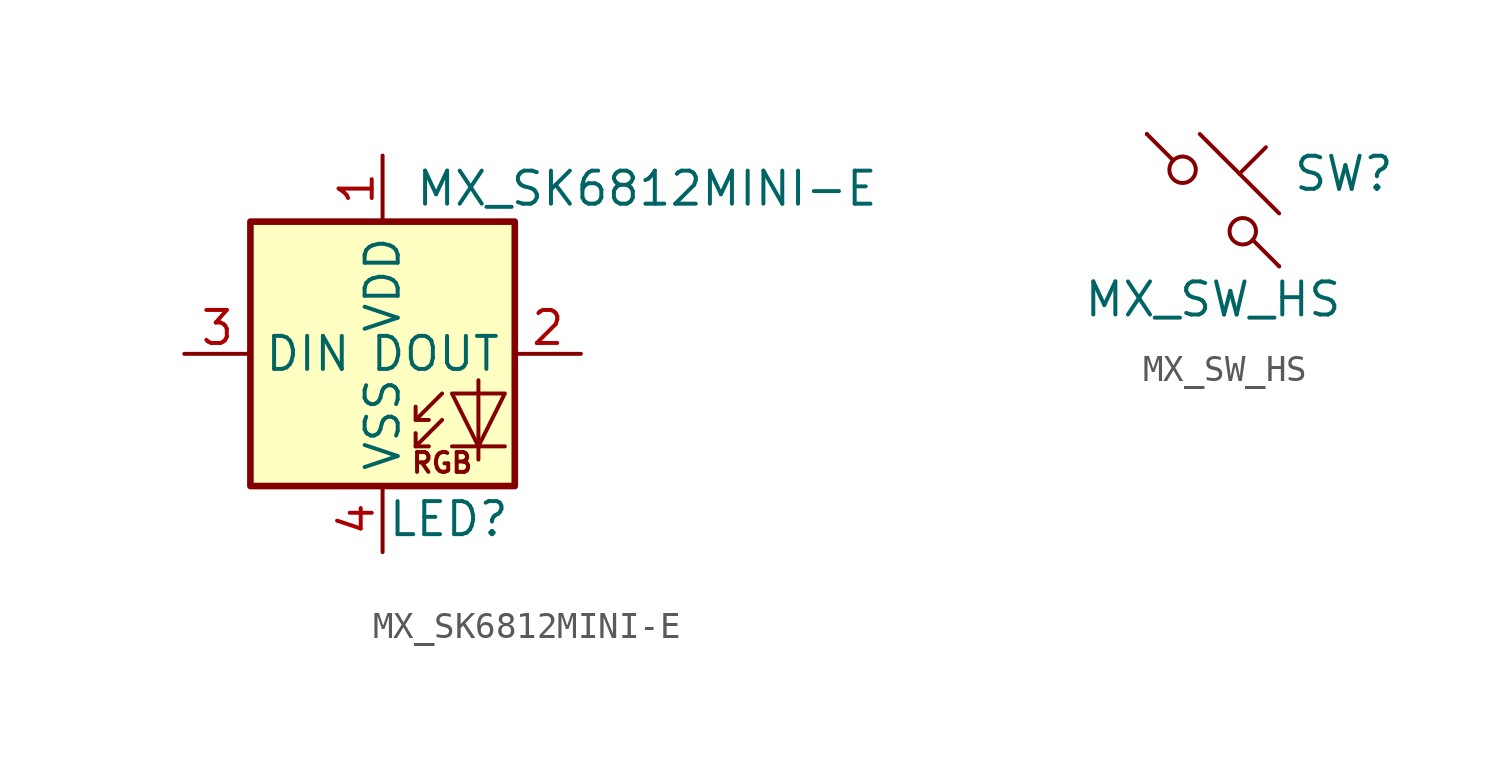
<source format=kicad_sym>
(kicad_symbol_lib
  (version 20211014)
  (generator kicad_symbol_editor)
  (symbol "MX_SK6812MINI-E"
    (property "Reference" "LED"
      (at 2.54 -6.35 0)
      (effects (font (size 1.27 1.27))))
    (property "Value" "MX_SK6812MINI-E"
      (at 10.16 6.35 0)
      (effects (font (size 1.27 1.27))))
    (symbol "MX_SK6812MINI-E_0_0"
      (text "RGB" (at 2.286 -4.191 0) (effects (font (size 0.762 0.762)))))
    (symbol "MX_SK6812MINI-E_0_1"
      (polyline (pts (xy 1.27 -3.556) (xy 1.778 -3.556)) (stroke (width 0) (type default) (color 0 0 0 0)) (fill (type none)))
      (polyline (pts (xy 1.27 -2.54) (xy 1.778 -2.54)) (stroke (width 0) (type default) (color 0 0 0 0)) (fill (type none)))
      (polyline (pts (xy 4.699 -3.556) (xy 2.667 -3.556)) (stroke (width 0) (type default) (color 0 0 0 0)) (fill (type none)))
      (polyline (pts (xy 2.286 -2.54) (xy 1.27 -3.556) (xy 1.27 -3.048)) (stroke (width 0) (type default) (color 0 0 0 0)) (fill (type none)))
      (polyline (pts (xy 2.286 -1.524) (xy 1.27 -2.54) (xy 1.27 -2.032)) (stroke (width 0) (type default) (color 0 0 0 0)) (fill (type none)))
      (polyline (pts (xy 3.683 -1.016) (xy 3.683 -3.556) (xy 3.683 -4.064)) (stroke (width 0) (type default) (color 0 0 0 0)) (fill (type none)))
      (polyline (pts (xy 4.699 -1.524) (xy 2.667 -1.524) (xy 3.683 -3.556) (xy 4.699 -1.524)) (stroke (width 0) (type default) (color 0 0 0 0)) (fill (type none)))
      (rectangle (start 5.08 5.08) (end -5.08 -5.08) (stroke (width 0.254) (type default) (color 0 0 0 0)) (fill (type background))))
    (symbol "MX_SK6812MINI-E_1_1"
      (pin power_in line (at 0 7.62 270) (length 2.54) (name "VDD" (effects (font (size 1.27 1.27)))) (number "1" (effects (font (size 1.27 1.27)))))
      (pin output line (at 7.62 0 180) (length 2.54) (name "DOUT" (effects (font (size 1.27 1.27)))) (number "2" (effects (font (size 1.27 1.27)))))
      (pin input line (at -7.62 0 0) (length 2.54) (name "DIN" (effects (font (size 1.27 1.27)))) (number "3" (effects (font (size 1.27 1.27)))))
      (pin power_in line (at 0 -7.62 90) (length 2.54) (name "VSS" (effects (font (size 1.27 1.27)))) (number "4" (effects (font (size 1.27 1.27)))))))
  (symbol "MX_SW_HS"
    (pin_numbers hide)
    (pin_names
      (offset 1.016) hide)
    (property "Reference" "SW"
      (at 3.048 1.016 0)
      (effects (font (size 1.27 1.27)) (justify left)))
    (property "Value" "MX_SW_HS"
      (at 0 -3.81 0)
      (effects (font (size 1.27 1.27))))
    (symbol "MX_SW_HS_0_1"
      (circle (center -1.168 1.168) (radius 0.508) (stroke (width 0) (type default) (color 0 0 0 0)) (fill (type none)))
      (polyline (pts (xy -0.508 2.54) (xy 2.54 -0.508)) (stroke (width 0) (type default) (color 0 0 0 0)) (fill (type none)))
      (polyline (pts (xy 1.016 1.016) (xy 2.032 2.032)) (stroke (width 0) (type default) (color 0 0 0 0)) (fill (type none)))
      (polyline (pts (xy -2.54 2.54) (xy -1.524 1.524) (xy -1.524 1.524)) (stroke (width 0) (type default) (color 0 0 0 0)) (fill (type none)))
      (polyline (pts (xy 1.524 -1.524) (xy 2.54 -2.54) (xy 2.54 -2.54) (xy 2.54 -2.54)) (stroke (width 0) (type default) (color 0 0 0 0)) (fill (type none)))
      (circle (center 1.143 -1.194) (radius 0.508) (stroke (width 0) (type default) (color 0 0 0 0)) (fill (type none)))
      (pin passive line (at -2.54 2.54 0) (length 0) (name "1" (effects (font (size 1.27 1.27)))) (number "1" (effects (font (size 1.27 1.27)))))
      (pin passive line (at 2.54 -2.54 180) (length 0) (name "2" (effects (font (size 1.27 1.27)))) (number "2" (effects (font (size 1.27 1.27))))))))
</source>
